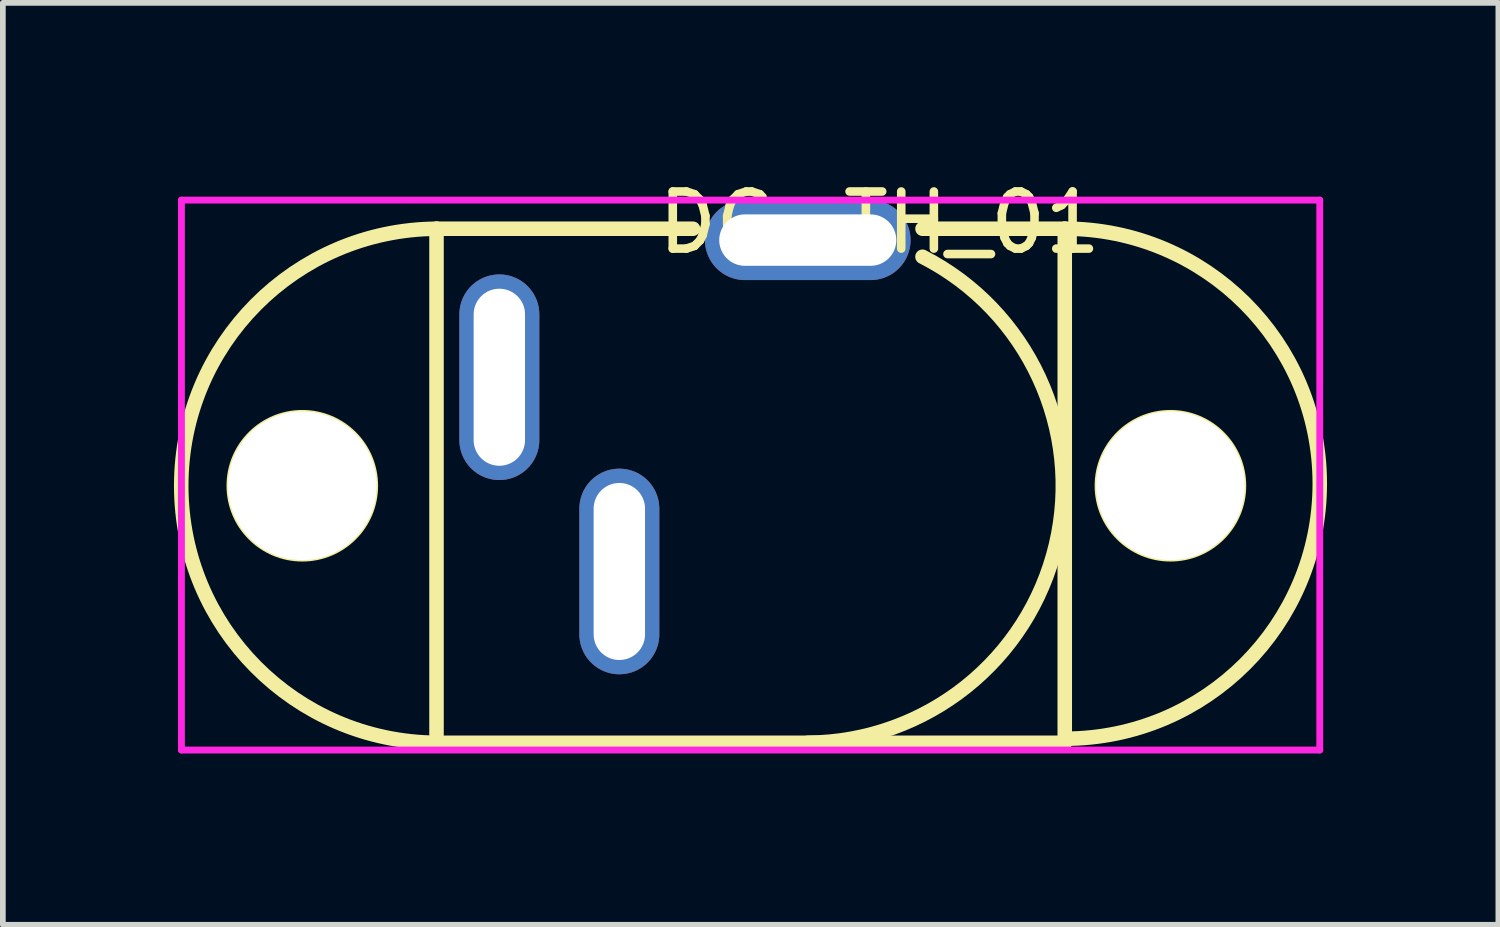
<source format=kicad_pcb>
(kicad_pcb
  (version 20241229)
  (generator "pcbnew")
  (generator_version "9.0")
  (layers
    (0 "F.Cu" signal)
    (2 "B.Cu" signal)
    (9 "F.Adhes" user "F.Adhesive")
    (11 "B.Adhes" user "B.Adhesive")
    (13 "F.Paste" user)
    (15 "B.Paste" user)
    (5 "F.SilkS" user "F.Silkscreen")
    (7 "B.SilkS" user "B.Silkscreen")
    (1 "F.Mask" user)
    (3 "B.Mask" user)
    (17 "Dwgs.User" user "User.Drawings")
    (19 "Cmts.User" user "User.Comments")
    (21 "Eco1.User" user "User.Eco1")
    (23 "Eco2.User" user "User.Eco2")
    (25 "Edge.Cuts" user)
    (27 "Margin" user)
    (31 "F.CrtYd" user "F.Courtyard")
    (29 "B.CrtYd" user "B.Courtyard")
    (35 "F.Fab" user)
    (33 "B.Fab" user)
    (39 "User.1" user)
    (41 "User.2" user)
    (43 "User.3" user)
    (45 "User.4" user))
  (footprint "DC-TH_01"
    (layer "F.Cu")
    (at 8.393 4.055)
    (property "Reference" "DC-TH_01" (at 0 -3.207 0) (layer "F.SilkS") (effects (font (size 1 1) (thickness 0.15)) (justify left)))
    (attr through_hole)
    (fp_line (start -3.8 -3.1) (end 0.691 -3.1) (stroke (width 0.254) (type solid)) (layer "F.SilkS"))
    (fp_line (start -3.8 5.9) (end -3.8 -3.1) (stroke (width 0.254) (type solid)) (layer "F.SilkS"))
    (fp_line (start -3.8 5.9) (end 7.2 5.9) (stroke (width 0.254) (type solid)) (layer "F.SilkS"))
    (fp_line (start 4.709 -3.1) (end 7.2 -3.1) (stroke (width 0.254) (type solid)) (layer "F.SilkS"))
    (fp_line (start 7.2 -3.1) (end 7.2 5.9) (stroke (width 0.254) (type solid)) (layer "F.SilkS"))
    (fp_arc (start -3.799617 5.900003) (mid -8.266129 1.400192) (end -3.8 -3.1) (stroke (width 0.254) (type solid)) (layer "F.SilkS"))
    (fp_arc (start 4.70882 -2.609743) (mid 7.045752 2.433889) (end 2.7 5.9) (stroke (width 0.254) (type solid)) (layer "F.SilkS"))
    (fp_arc (start 7.2 -3.101) (mid 11.665 1.364) (end 7.2 5.829) (stroke (width 0.254) (type solid)) (layer "F.SilkS"))
    (fp_circle (center -6.15 1.4) (end -4.95 1.4) (stroke (width 0.254) (type solid)) (fill no) (layer "F.SilkS"))
    (fp_circle (center 9.05 1.4) (end 10.25 1.4) (stroke (width 0.254) (type solid)) (fill no) (layer "F.SilkS"))
    (fp_circle (center -6.15 1.4) (end -5.55 1.4) (stroke (width 1.2) (type solid)) (fill no) (layer "Eco2.User"))
    (fp_circle (center 9.05 1.4) (end 9.65 1.4) (stroke (width 1.2) (type solid)) (fill no) (layer "Eco2.User"))
    (fp_circle (center 11.665 -3.601) (end 11.695 -3.601) (stroke (width 0.06) (type solid)) (fill no) (layer "Eco2.User"))
    (fp_poly (pts (xy -2.34 -1.6) (xy -2.34 0.6) (xy -3.06 0.6) (xy -3.06 -1.6)) (stroke (width 0.12) (type solid)) (fill no) (layer "Eco2.User"))
    (fp_poly (pts (xy -0.96 4) (xy -0.96 1.799) (xy -0.24 1.799) (xy -0.24 4)) (stroke (width 0.12) (type solid)) (fill no) (layer "Eco2.User"))
    (fp_poly (pts (xy 3.8 -2.54) (xy 1.6 -2.54) (xy 1.6 -3.26) (xy 3.8 -3.26)) (stroke (width 0.12) (type solid)) (fill no) (layer "Eco2.User"))
    (fp_line (start -8.266 -3.601) (end 11.665 -3.601) (stroke (width 0.12) (type solid)) (layer "F.CrtYd"))
    (fp_line (start -8.266 6.027) (end -8.266 -3.601) (stroke (width 0.12) (type solid)) (layer "F.CrtYd"))
    (fp_line (start 11.665 -3.601) (end 11.665 6.027) (stroke (width 0.12) (type solid)) (layer "F.CrtYd"))
    (fp_line (start 11.665 6.027) (end -8.266 6.027) (stroke (width 0.12) (type solid)) (layer "F.CrtYd"))
    (pad "" np_thru_hole circle (at -6.15 1.4) (size 2.6 2.6) (drill 2.6) (layers "*.Cu" "*.Mask"))
    (pad "" np_thru_hole circle (at 9.05 1.4) (size 2.6 2.6) (drill 2.6) (layers "*.Cu" "*.Mask"))
    (pad "1" thru_hole oval (at 2.7 -2.901 90) (size 1.4 3.6) (drill oval 0.9 3.1) (layers "*.Cu" "*.Mask"))
    (pad "2" thru_hole oval (at -2.7 -0.5 180) (size 1.4 3.6) (drill oval 0.9 3.1) (layers "*.Cu" "*.Mask"))
    (pad "3" thru_hole oval (at -0.599 2.901) (size 1.4 3.6) (drill oval 0.9 3.1) (layers "*.Cu" "*.Mask")))
  (gr_rect
    (start -3 -3)
    (end 23.185 13.142)
    (stroke (width 0.1) (type default))
    (fill no)
    (layer "Edge.Cuts")))
</source>
